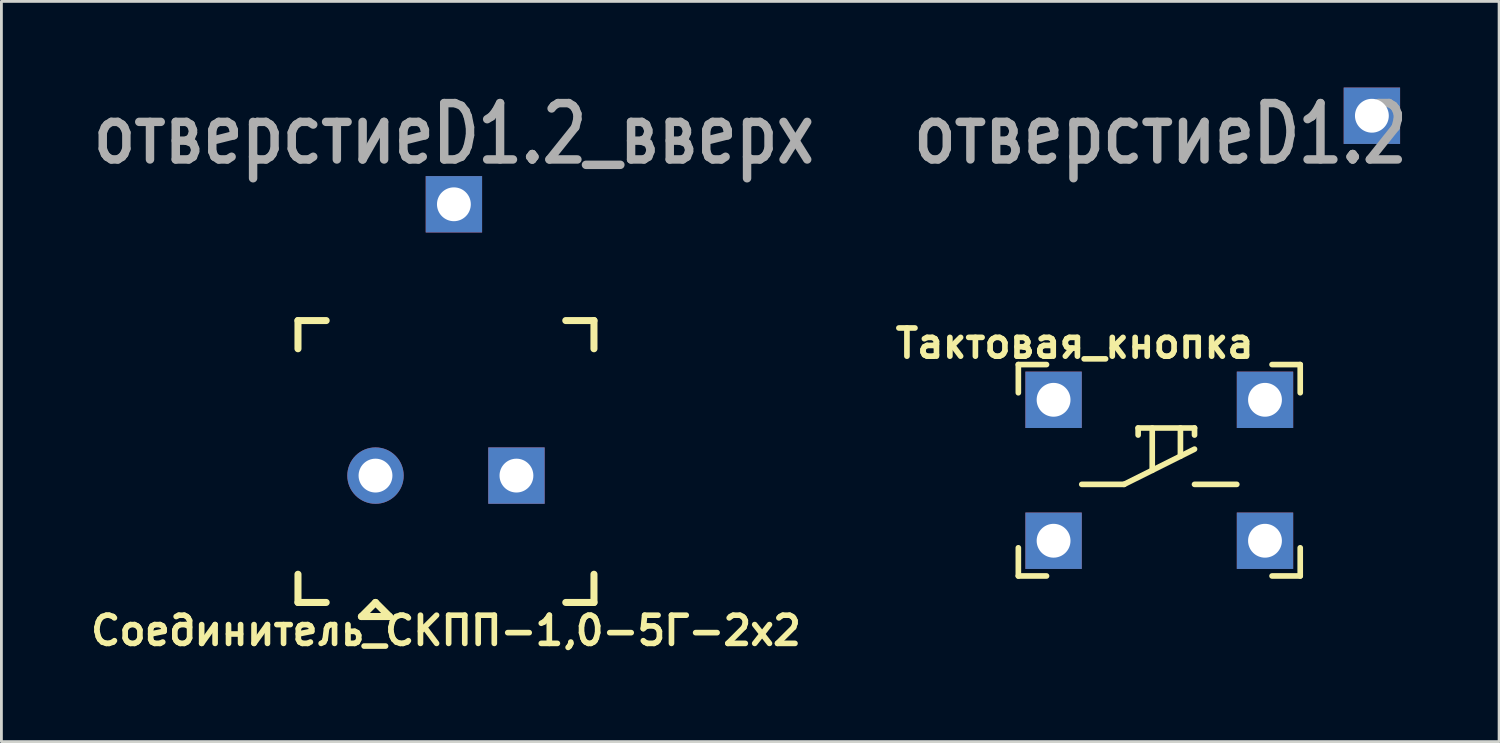
<source format=kicad_pcb>
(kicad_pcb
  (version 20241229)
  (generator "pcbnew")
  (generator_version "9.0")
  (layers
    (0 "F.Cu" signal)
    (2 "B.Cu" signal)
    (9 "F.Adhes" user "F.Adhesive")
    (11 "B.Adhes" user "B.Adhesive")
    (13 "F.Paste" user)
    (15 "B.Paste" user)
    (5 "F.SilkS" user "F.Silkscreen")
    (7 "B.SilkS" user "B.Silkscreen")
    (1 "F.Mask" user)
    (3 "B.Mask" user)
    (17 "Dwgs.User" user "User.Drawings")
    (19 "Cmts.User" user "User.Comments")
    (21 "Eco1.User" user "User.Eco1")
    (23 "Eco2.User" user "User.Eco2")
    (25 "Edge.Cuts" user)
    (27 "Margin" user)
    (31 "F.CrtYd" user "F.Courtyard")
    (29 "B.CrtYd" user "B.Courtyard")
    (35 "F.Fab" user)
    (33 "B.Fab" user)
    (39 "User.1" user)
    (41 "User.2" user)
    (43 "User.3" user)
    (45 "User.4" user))
  (footprint "отверстиеD1.2"
    (layer "F.Cu")
    (at 45.618 1.056)
    (property "Reference" "отверстиеD1.2" (at -7.5 0.64 0) (layer "F.Fab") (effects (font (size 2 1.6) (thickness 0.3))))
    (attr through_hole)
    (pad "1" thru_hole trapezoid (at 0 0) (size 2 2) (drill 1.2) (layers "*.Cu" "*.Paste" "*.Mask")))
  (footprint "отверстиеD1.2_вверх"
    (layer "F.Cu")
    (at 13.052 4.197)
    (property "Reference" "отверстиеD1.2_вверх" (at 0 -2.5 0) (layer "F.Fab") (effects (font (size 2 1.6) (thickness 0.3))))
    (attr through_hole)
    (pad "1" thru_hole trapezoid (at 0 0) (size 2 2) (drill 1.2) (layers "*.Cu" "*.Paste" "*.Mask")))
  (footprint "Соединитель_СКПП-1,0-5Г-2х2"
    (layer "F.Cu")
    (at 10.271 13.822)
    (property "Reference" "Соединитель_СКПП-1,0-5Г-2х2" (at 2.5 5.5 180) (layer "F.SilkS") (effects (font (size 1 1) (thickness 0.2))))
    (attr through_hole)
    (fp_line (start -2.75 -5.5) (end -2.75 -4.5) (stroke (width 0.25) (type solid)) (layer "F.SilkS"))
    (fp_line (start -2.75 3.5) (end -2.75 4.5) (stroke (width 0.25) (type solid)) (layer "F.SilkS"))
    (fp_line (start -2.75 4.5) (end -1.75 4.5) (stroke (width 0.25) (type solid)) (layer "F.SilkS"))
    (fp_line (start -1.75 -5.5) (end -2.75 -5.5) (stroke (width 0.25) (type solid)) (layer "F.SilkS"))
    (fp_line (start -0.5 5) (end 0.5 5) (stroke (width 0.25) (type solid)) (layer "F.SilkS"))
    (fp_line (start 0 4.5) (end -0.5 5) (stroke (width 0.25) (type solid)) (layer "F.SilkS"))
    (fp_line (start 0.5 5) (end 0 4.5) (stroke (width 0.25) (type solid)) (layer "F.SilkS"))
    (fp_line (start 6.75 -5.5) (end 7.75 -5.5) (stroke (width 0.25) (type solid)) (layer "F.SilkS"))
    (fp_line (start 6.75 4.5) (end 7.75 4.5) (stroke (width 0.25) (type solid)) (layer "F.SilkS"))
    (fp_line (start 7.75 -5.5) (end 7.75 -4.5) (stroke (width 0.25) (type solid)) (layer "F.SilkS"))
    (fp_line (start 7.75 4.5) (end 7.75 3.5) (stroke (width 0.25) (type solid)) (layer "F.SilkS"))
    (pad "1" thru_hole circle (at 0 0) (size 2 2) (drill 1.2) (layers "*.Cu" "*.Paste" "*.Mask"))
    (pad "2" thru_hole rect (at 5 0) (size 2 2) (drill 1.2) (layers "*.Cu" "*.Paste" "*.Mask")))
  (footprint "Тактовая_кнопка"
    (layer "F.Cu")
    (at 34.326 11.133)
    (property "Reference" "Тактовая_кнопка" (at 0.75 -2 0) (layer "F.SilkS") (effects (font (size 1 1) (thickness 0.2))))
    (attr through_hole)
    (fp_line (start -1.25 -1.25) (end -1.25 -0.25) (stroke (width 0.2) (type solid)) (layer "F.SilkS"))
    (fp_line (start -1.25 -1.25) (end -0.25 -1.25) (stroke (width 0.2) (type solid)) (layer "F.SilkS"))
    (fp_line (start -1.25 6.25) (end -1.25 5.25) (stroke (width 0.2) (type solid)) (layer "F.SilkS"))
    (fp_line (start -1.25 6.25) (end -0.25 6.25) (stroke (width 0.2) (type solid)) (layer "F.SilkS"))
    (fp_line (start 1 3) (end 2.5 3) (stroke (width 0.2) (type solid)) (layer "F.SilkS"))
    (fp_line (start 2.5 3) (end 5 1.75) (stroke (width 0.2) (type solid)) (layer "F.SilkS"))
    (fp_line (start 3 1) (end 5 1) (stroke (width 0.2) (type solid)) (layer "F.SilkS"))
    (fp_line (start 3 1.25) (end 3 1) (stroke (width 0.2) (type solid)) (layer "F.SilkS"))
    (fp_line (start 3.5 2.5) (end 3.5 1) (stroke (width 0.2) (type solid)) (layer "F.SilkS"))
    (fp_line (start 4.5 2) (end 4.5 1) (stroke (width 0.2) (type solid)) (layer "F.SilkS"))
    (fp_line (start 5 1.25) (end 5 1) (stroke (width 0.2) (type solid)) (layer "F.SilkS"))
    (fp_line (start 5 3) (end 6.5 3) (stroke (width 0.2) (type solid)) (layer "F.SilkS"))
    (fp_line (start 8.75 -1.25) (end 7.75 -1.25) (stroke (width 0.2) (type solid)) (layer "F.SilkS"))
    (fp_line (start 8.75 -1.25) (end 8.75 -0.25) (stroke (width 0.2) (type solid)) (layer "F.SilkS"))
    (fp_line (start 8.75 6.25) (end 7.75 6.25) (stroke (width 0.2) (type solid)) (layer "F.SilkS"))
    (fp_line (start 8.75 6.25) (end 8.75 5.25) (stroke (width 0.2) (type solid)) (layer "F.SilkS"))
    (pad "1" thru_hole rect (at 0 0) (size 2 2) (drill 1.2) (layers "*.Cu" "*.Mask"))
    (pad "1" thru_hole rect (at 7.5 0) (size 2 2) (drill 1.2) (layers "*.Cu" "*.Mask"))
    (pad "2" thru_hole rect (at 0 5) (size 2 2) (drill 1.2) (layers "*.Cu" "*.Mask"))
    (pad "2" thru_hole rect (at 7.5 5) (size 2 2) (drill 1.2) (layers "*.Cu" "*.Mask")))
  (gr_rect
    (start -3 -3)
    (end 50.131 23.258)
    (stroke (width 0.1) (type default))
    (fill no)
    (layer "Edge.Cuts")))
</source>
